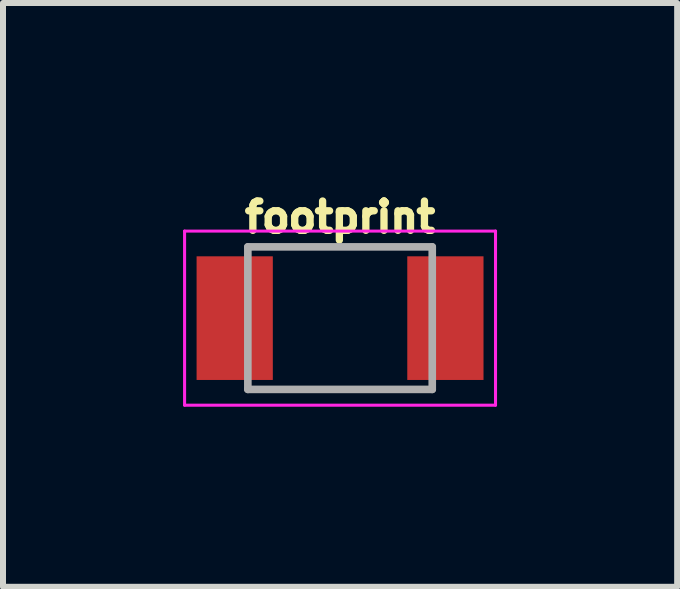
<source format=kicad_pcb>
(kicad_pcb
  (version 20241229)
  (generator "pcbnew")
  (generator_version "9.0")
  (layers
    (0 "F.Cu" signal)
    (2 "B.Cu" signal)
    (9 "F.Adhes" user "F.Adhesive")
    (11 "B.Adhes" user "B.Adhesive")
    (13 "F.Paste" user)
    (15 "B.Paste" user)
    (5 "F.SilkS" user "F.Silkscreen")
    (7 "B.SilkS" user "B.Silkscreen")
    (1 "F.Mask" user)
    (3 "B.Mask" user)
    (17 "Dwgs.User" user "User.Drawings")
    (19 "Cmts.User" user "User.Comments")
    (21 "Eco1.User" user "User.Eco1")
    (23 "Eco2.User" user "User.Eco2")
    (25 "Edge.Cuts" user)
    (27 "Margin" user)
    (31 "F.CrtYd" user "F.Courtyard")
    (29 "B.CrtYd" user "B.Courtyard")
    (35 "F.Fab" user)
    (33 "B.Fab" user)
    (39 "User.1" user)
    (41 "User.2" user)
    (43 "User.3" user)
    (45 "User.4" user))
  (footprint "footprint"
    (layer "F.Cu")
    (at 2.615 2.25)
    (property "Reference" "footprint" (at 0 -1.397 0) (layer "F.SilkS") (effects (font (size 0.488 0.488) (thickness 0.122)) (justify bottom)))
    (fp_line (start -2.59 -1.45) (end 2.59 -1.45) (stroke (width 0.051) (type solid)) (layer "F.CrtYd"))
    (fp_line (start -2.59 1.45) (end -2.59 -1.45) (stroke (width 0.051) (type solid)) (layer "F.CrtYd"))
    (fp_line (start 2.59 -1.45) (end 2.59 1.45) (stroke (width 0.051) (type solid)) (layer "F.CrtYd"))
    (fp_line (start 2.59 1.45) (end -2.59 1.45) (stroke (width 0.051) (type solid)) (layer "F.CrtYd"))
    (fp_line (start -1.536 -1.187) (end 1.536 -1.187) (stroke (width 0.127) (type solid)) (layer "F.Fab"))
    (fp_line (start -1.536 1.187) (end -1.536 -1.187) (stroke (width 0.127) (type solid)) (layer "F.Fab"))
    (fp_line (start 1.536 -1.187) (end 1.536 1.187) (stroke (width 0.127) (type solid)) (layer "F.Fab"))
    (fp_line (start 1.536 1.187) (end -1.536 1.187) (stroke (width 0.127) (type solid)) (layer "F.Fab"))
    (pad "1" smd rect (at -1.755 0) (size 1.27 2.06) (layers "F.Cu" "F.Mask" "F.Paste"))
    (pad "2" smd rect (at 1.755 0) (size 1.27 2.06) (layers "F.Cu" "F.Mask" "F.Paste")))
  (gr_rect
    (start -3 -3)
    (end 8.231 6.726)
    (stroke (width 0.1) (type default))
    (fill no)
    (layer "Edge.Cuts")))
</source>
